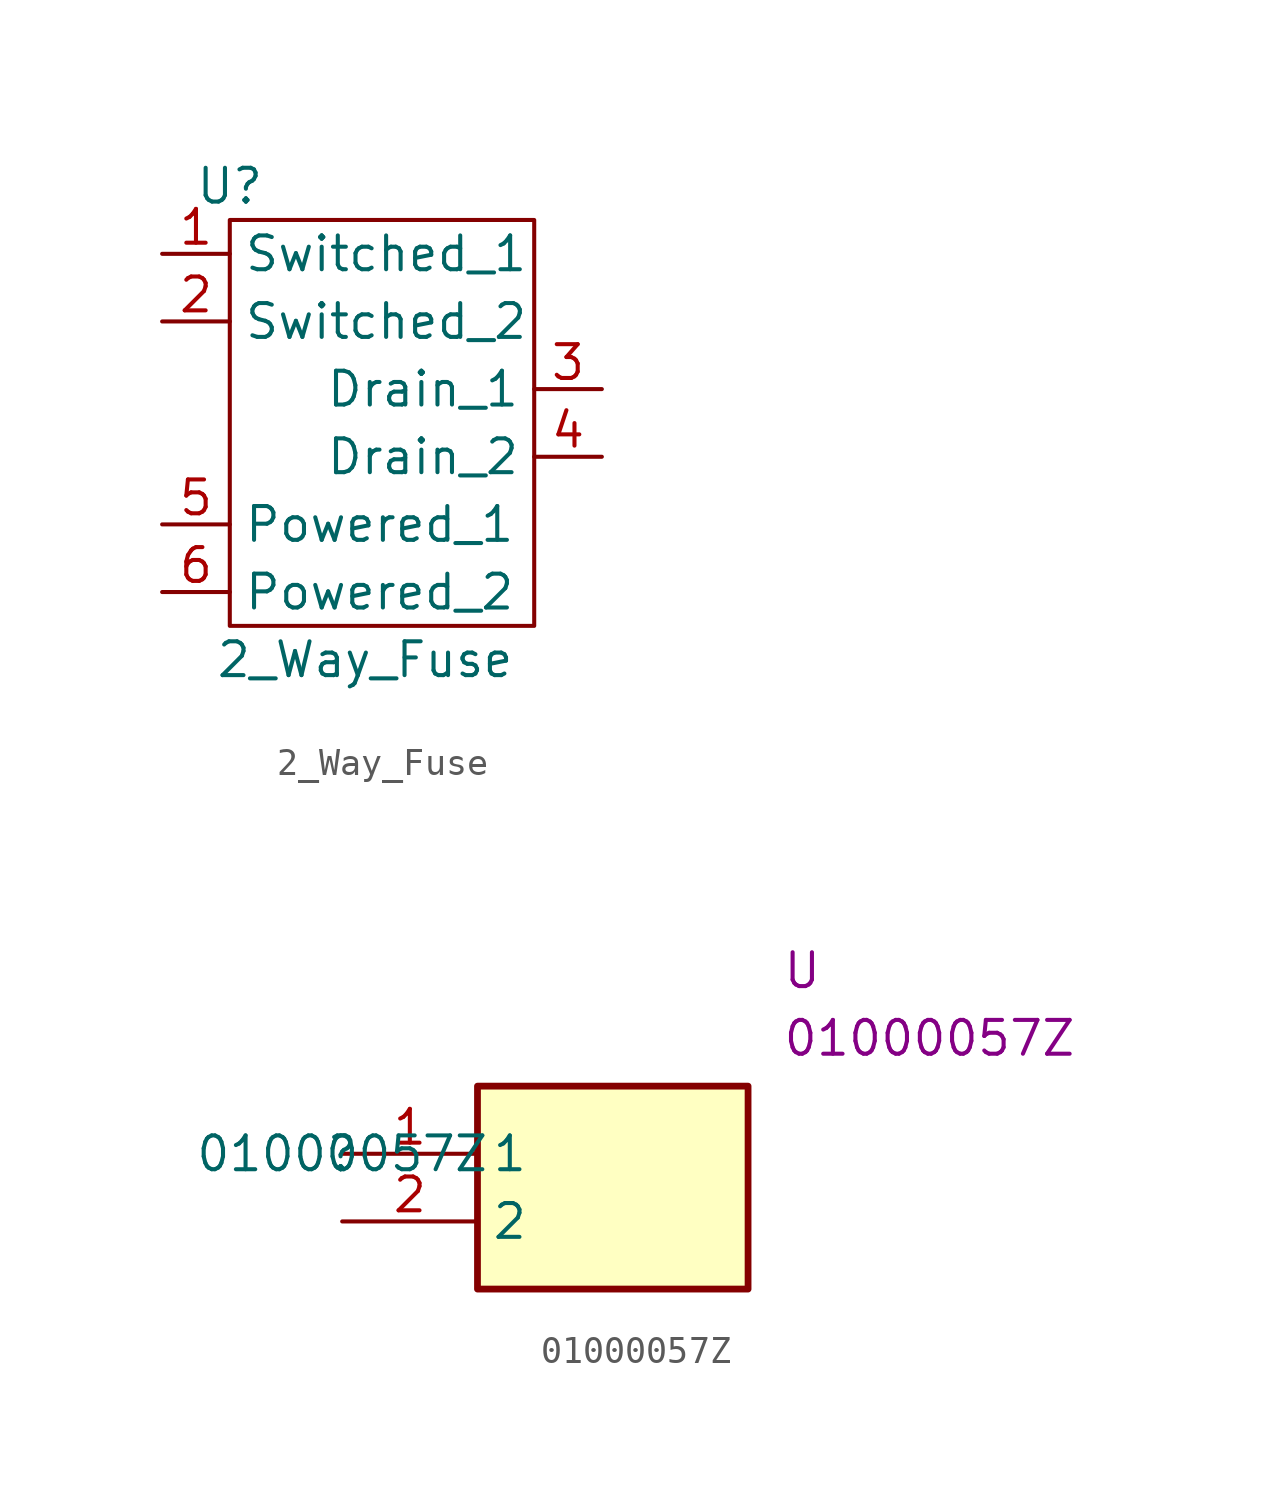
<source format=kicad_sym>
(kicad_symbol_lib
  (version 20211014)
  (generator kicad_symbol_editor)
  (symbol "2_Way_Fuse"
    (property "Reference" "U"
      (at -5.08 3.81 0)
      (effects (font (size 1.27 1.27))))
    (property "Value" "2_Way_Fuse"
      (at 0 -13.97 0)
      (effects (font (size 1.27 1.27))))
    (symbol "2_Way_Fuse_0_1"
      (rectangle (start -5.08 2.54) (end 6.35 -12.7) (stroke (width 0) (type default) (color 0 0 0 0)) (fill (type none))))
    (symbol "2_Way_Fuse_1_1"
      (pin power_in line (at -7.62 1.27 0) (length 2.54) (name "Switched_1" (effects (font (size 1.27 1.27)))) (number "1" (effects (font (size 1.27 1.27)))))
      (pin power_in line (at -7.62 -1.27 0) (length 2.54) (name "Switched_2" (effects (font (size 1.27 1.27)))) (number "2" (effects (font (size 1.27 1.27)))))
      (pin power_out line (at 8.89 -3.81 180) (length 2.54) (name "Drain_1" (effects (font (size 1.27 1.27)))) (number "3" (effects (font (size 1.27 1.27)))))
      (pin power_out line (at 8.89 -6.35 180) (length 2.54) (name "Drain_2" (effects (font (size 1.27 1.27)))) (number "4" (effects (font (size 1.27 1.27)))))
      (pin power_in line (at -7.62 -8.89 0) (length 2.54) (name "Powered_1" (effects (font (size 1.27 1.27)))) (number "5" (effects (font (size 1.27 1.27)))))
      (pin power_in line (at -7.62 -11.43 0) (length 2.54) (name "Powered_2" (effects (font (size 1.27 1.27)))) (number "6" (effects (font (size 1.27 1.27)))))))
  (symbol "01000057Z"
    (property "Reference" ""
      (at 0 0 0)
      (effects (font (size 1.27 1.27))))
    (property "Value" "01000057Z"
      (at 0 0 0)
      (effects (font (size 1.27 1.27))))
    (property "Reference_1" "U"
      (at 16.51 7.62 0)
      (effects (font (size 1.27 1.27)) (justify left top)))
    (property "Value_1" "01000057Z"
      (at 16.51 5.08 0)
      (effects (font (size 1.27 1.27)) (justify left top)))
    (symbol "01000057Z_1_1"
      (rectangle (start 5.08 2.54) (end 15.24 -5.08) (stroke (width 0.254) (type default) (color 0 0 0 0)) (fill (type background)))
      (pin passive line (at 0 0 0) (length 5.08) (name "1" (effects (font (size 1.27 1.27)))) (number "1" (effects (font (size 1.27 1.27)))))
      (pin passive line (at 0 -2.54 0) (length 5.08) (name "2" (effects (font (size 1.27 1.27)))) (number "2" (effects (font (size 1.27 1.27))))))))
</source>
